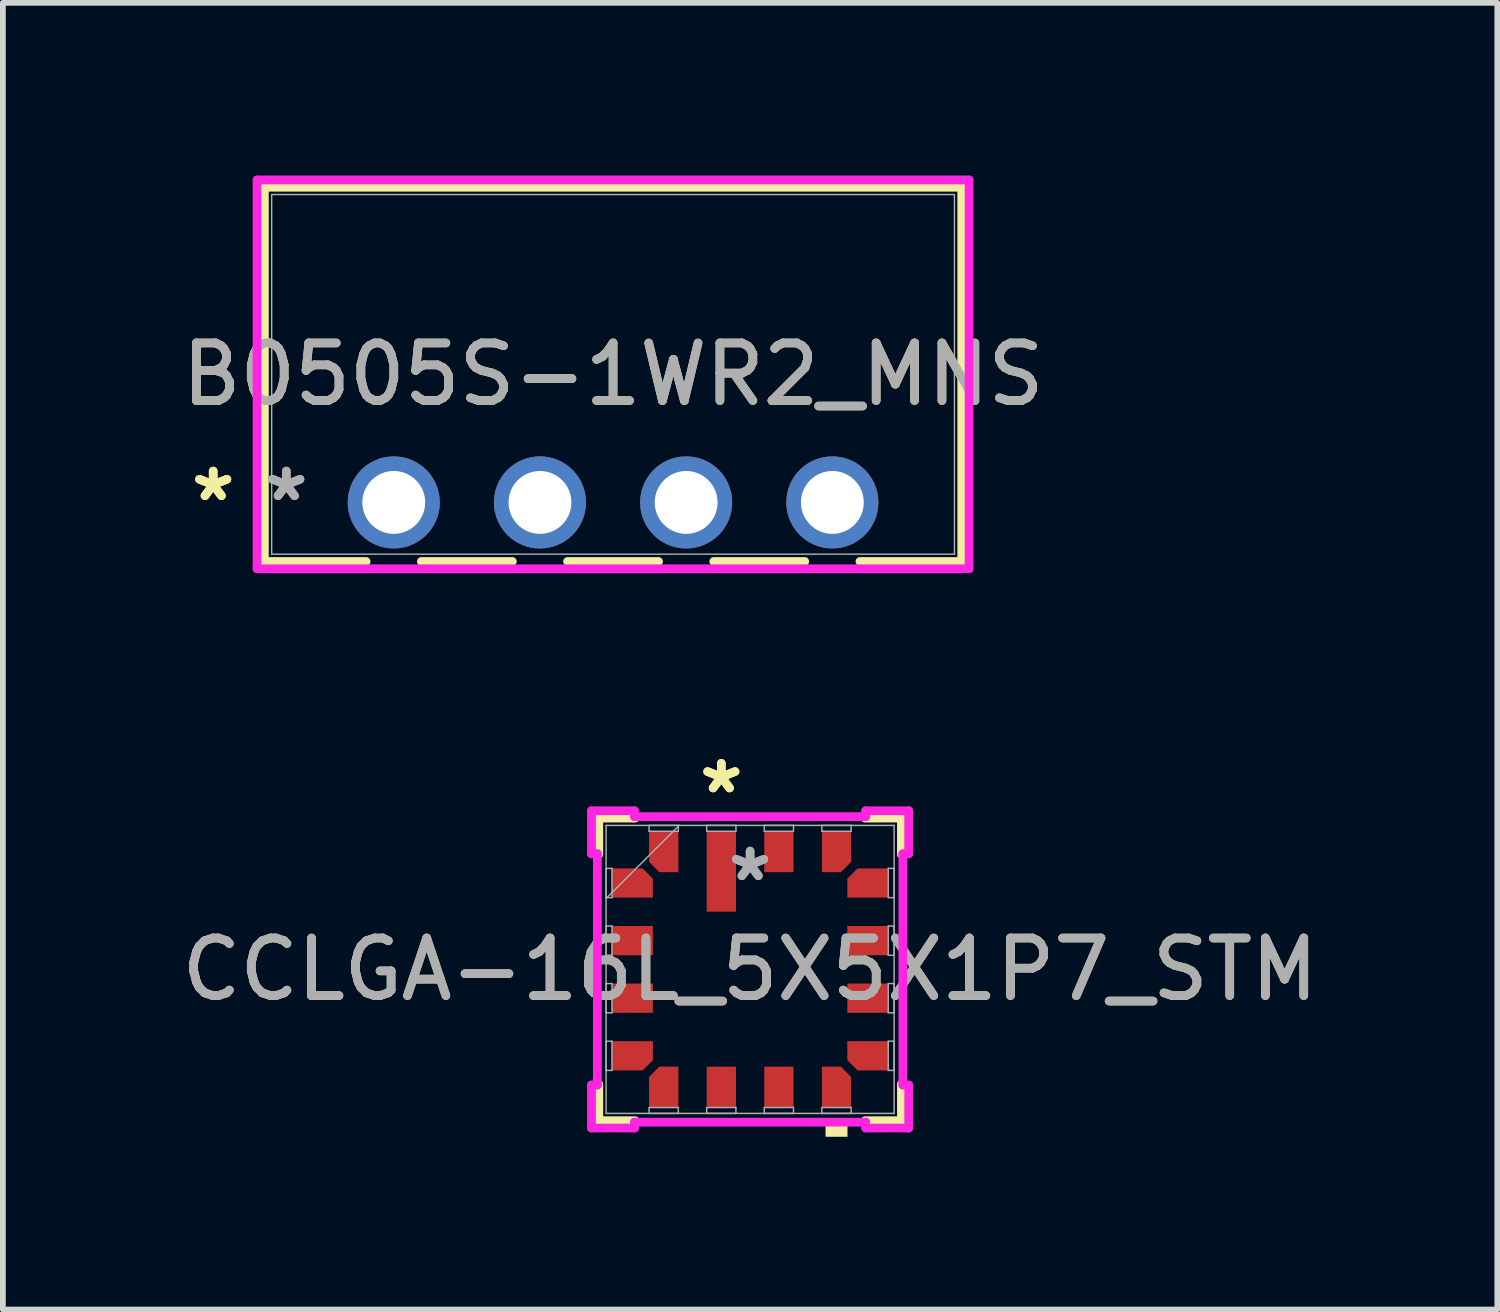
<source format=kicad_pcb>
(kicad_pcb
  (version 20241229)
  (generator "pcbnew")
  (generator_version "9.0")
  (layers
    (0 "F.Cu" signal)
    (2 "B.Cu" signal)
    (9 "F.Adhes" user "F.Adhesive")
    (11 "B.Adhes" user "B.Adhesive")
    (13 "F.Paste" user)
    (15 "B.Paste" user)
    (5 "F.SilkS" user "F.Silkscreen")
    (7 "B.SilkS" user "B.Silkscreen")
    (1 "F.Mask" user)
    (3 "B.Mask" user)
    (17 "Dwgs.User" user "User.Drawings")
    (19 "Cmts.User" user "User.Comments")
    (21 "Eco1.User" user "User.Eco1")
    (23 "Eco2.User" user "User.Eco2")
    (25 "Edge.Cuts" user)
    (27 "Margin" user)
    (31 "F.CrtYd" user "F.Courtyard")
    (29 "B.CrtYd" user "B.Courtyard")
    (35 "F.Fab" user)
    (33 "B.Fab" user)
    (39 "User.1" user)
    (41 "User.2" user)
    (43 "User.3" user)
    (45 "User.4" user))
  (footprint "B0505S-1WR2_MNS"
    (layer "F.Cu")
    (at 3.791 5.679)
    (property "Reference" "B0505S-1WR2_MNS" (at 3.81 -2.225 0) (unlocked yes) (layer "F.SilkS") (effects (font (size 1 1) (thickness 0.15))))
    (attr through_hole)
    (fp_line (start -2.248 -5.476) (end -2.248 1.026) (stroke (width 0.152) (type solid)) (layer "F.SilkS"))
    (fp_line (start -2.248 1.026) (end -0.48 1.026) (stroke (width 0.152) (type solid)) (layer "F.SilkS"))
    (fp_line (start 0.48 1.026) (end 2.06 1.026) (stroke (width 0.152) (type solid)) (layer "F.SilkS"))
    (fp_line (start 3.02 1.026) (end 4.6 1.026) (stroke (width 0.152) (type solid)) (layer "F.SilkS"))
    (fp_line (start 5.56 1.026) (end 7.14 1.026) (stroke (width 0.152) (type solid)) (layer "F.SilkS"))
    (fp_line (start 8.1 1.026) (end 9.868 1.026) (stroke (width 0.152) (type solid)) (layer "F.SilkS"))
    (fp_line (start 9.868 -5.476) (end -2.248 -5.476) (stroke (width 0.152) (type solid)) (layer "F.SilkS"))
    (fp_line (start 9.868 1.026) (end 9.868 -5.476) (stroke (width 0.152) (type solid)) (layer "F.SilkS"))
    (fp_line (start -2.375 -5.603) (end 9.995 -5.603) (stroke (width 0.152) (type solid)) (layer "F.CrtYd"))
    (fp_line (start -2.375 1.153) (end -2.375 -5.603) (stroke (width 0.152) (type solid)) (layer "F.CrtYd"))
    (fp_line (start 9.995 -5.603) (end 9.995 1.153) (stroke (width 0.152) (type solid)) (layer "F.CrtYd"))
    (fp_line (start 9.995 1.153) (end -2.375 1.153) (stroke (width 0.152) (type solid)) (layer "F.CrtYd"))
    (fp_line (start -2.121 -5.349) (end -2.121 0.899) (stroke (width 0.025) (type solid)) (layer "F.Fab"))
    (fp_line (start -2.121 0.899) (end 9.741 0.899) (stroke (width 0.025) (type solid)) (layer "F.Fab"))
    (fp_line (start 9.741 -5.349) (end -2.121 -5.349) (stroke (width 0.025) (type solid)) (layer "F.Fab"))
    (fp_line (start 9.741 0.899) (end 9.741 -5.349) (stroke (width 0.025) (type solid)) (layer "F.Fab"))
    (fp_text user "*" (at -3.137 0 0) (unlocked yes) (layer "F.SilkS") (effects (font (size 1 1) (thickness 0.15))))
    (fp_text user "*" (at -3.137 0 0) (layer "F.SilkS") (effects (font (size 1 1) (thickness 0.15))))
    (fp_text user "*" (at -1.867 0 0) (unlocked yes) (layer "F.Fab") (effects (font (size 1 1) (thickness 0.15))))
    (fp_text user "*" (at -1.867 0 0) (layer "F.Fab") (effects (font (size 1 1) (thickness 0.15))))
    (fp_text user "${REFERENCE}" (at 3.81 -2.225 0) (unlocked yes) (layer "F.Fab") (effects (font (size 1 1) (thickness 0.15))))
    (pad "1" thru_hole circle (at 0 0) (size 1.6 1.6) (drill 1.092) (layers "*.Cu" "*.Mask"))
    (pad "2" thru_hole circle (at 2.54 0) (size 1.6 1.6) (drill 1.092) (layers "*.Cu" "*.Mask"))
    (pad "3" thru_hole circle (at 5.08 0) (size 1.6 1.6) (drill 1.092) (layers "*.Cu" "*.Mask"))
    (pad "4" thru_hole circle (at 7.62 0) (size 1.6 1.6) (drill 1.092) (layers "*.Cu" "*.Mask")))
  (footprint "CCLGA-16L_5X5X1P7_STM"
    (layer "F.Cu")
    (at 9.982 13.792)
    (property "Reference" "CCLGA-16L_5X5X1P7_STM" (at 0 0 0) (unlocked yes) (layer "F.SilkS") (effects (font (size 1 1) (thickness 0.15))))
    (attr smd)
    (fp_poly (pts (xy -2.4 -1.755) (xy -2.4 -1.247) (xy -1.689 -1.247) (xy -1.689 -1.577) (xy -1.867 -1.755)) (stroke (width 0) (type solid)) (fill yes) (layer "F.Cu"))
    (fp_poly (pts (xy -2.4 1.755) (xy -2.4 1.247) (xy -1.689 1.247) (xy -1.689 1.577) (xy -1.867 1.755)) (stroke (width 0) (type solid)) (fill yes) (layer "F.Cu"))
    (fp_poly (pts (xy -1.755 -2.4) (xy -1.755 -1.867) (xy -1.577 -1.689) (xy -1.247 -1.689) (xy -1.247 -2.4)) (stroke (width 0) (type solid)) (fill yes) (layer "F.Cu"))
    (fp_poly (pts (xy -1.755 2.4) (xy -1.755 1.867) (xy -1.577 1.689) (xy -1.247 1.689) (xy -1.247 2.4)) (stroke (width 0) (type solid)) (fill yes) (layer "F.Cu"))
    (fp_poly (pts (xy 1.755 -2.4) (xy 1.755 -1.867) (xy 1.577 -1.689) (xy 1.247 -1.689) (xy 1.247 -2.4)) (stroke (width 0) (type solid)) (fill yes) (layer "F.Cu"))
    (fp_poly (pts (xy 1.755 2.4) (xy 1.755 1.867) (xy 1.577 1.689) (xy 1.247 1.689) (xy 1.247 2.4)) (stroke (width 0) (type solid)) (fill yes) (layer "F.Cu"))
    (fp_poly (pts (xy 2.4 -1.755) (xy 2.4 -1.247) (xy 1.689 -1.247) (xy 1.689 -1.577) (xy 1.867 -1.755)) (stroke (width 0) (type solid)) (fill yes) (layer "F.Cu"))
    (fp_poly (pts (xy 2.4 1.755) (xy 2.4 1.247) (xy 1.689 1.247) (xy 1.689 1.577) (xy 1.867 1.755)) (stroke (width 0) (type solid)) (fill yes) (layer "F.Cu"))
    (fp_poly (pts (xy -2.4 -1.755) (xy -2.4 -1.247) (xy -1.689 -1.247) (xy -1.689 -1.577) (xy -1.867 -1.755)) (stroke (width 0) (type solid)) (fill yes) (layer "F.Mask"))
    (fp_poly (pts (xy -2.4 1.755) (xy -2.4 1.247) (xy -1.689 1.247) (xy -1.689 1.577) (xy -1.867 1.755)) (stroke (width 0) (type solid)) (fill yes) (layer "F.Mask"))
    (fp_poly (pts (xy -1.755 -2.4) (xy -1.755 -1.867) (xy -1.577 -1.689) (xy -1.247 -1.689) (xy -1.247 -2.4)) (stroke (width 0) (type solid)) (fill yes) (layer "F.Mask"))
    (fp_poly (pts (xy -1.755 2.4) (xy -1.755 1.867) (xy -1.577 1.689) (xy -1.247 1.689) (xy -1.247 2.4)) (stroke (width 0) (type solid)) (fill yes) (layer "F.Mask"))
    (fp_poly (pts (xy 1.755 -2.4) (xy 1.755 -1.867) (xy 1.577 -1.689) (xy 1.247 -1.689) (xy 1.247 -2.4)) (stroke (width 0) (type solid)) (fill yes) (layer "F.Mask"))
    (fp_poly (pts (xy 1.755 2.4) (xy 1.755 1.867) (xy 1.577 1.689) (xy 1.247 1.689) (xy 1.247 2.4)) (stroke (width 0) (type solid)) (fill yes) (layer "F.Mask"))
    (fp_poly (pts (xy 2.4 -1.755) (xy 2.4 -1.247) (xy 1.689 -1.247) (xy 1.689 -1.577) (xy 1.867 -1.755)) (stroke (width 0) (type solid)) (fill yes) (layer "F.Mask"))
    (fp_poly (pts (xy 2.4 1.755) (xy 2.4 1.247) (xy 1.689 1.247) (xy 1.689 1.577) (xy 1.867 1.755)) (stroke (width 0) (type solid)) (fill yes) (layer "F.Mask"))
    (fp_line (start -2.629 -2.629) (end -2.629 -1.997) (stroke (width 0.152) (type solid)) (layer "F.SilkS"))
    (fp_line (start -2.629 1.997) (end -2.629 2.629) (stroke (width 0.152) (type solid)) (layer "F.SilkS"))
    (fp_line (start -2.629 2.629) (end -1.997 2.629) (stroke (width 0.152) (type solid)) (layer "F.SilkS"))
    (fp_line (start -1.997 -2.629) (end -2.629 -2.629) (stroke (width 0.152) (type solid)) (layer "F.SilkS"))
    (fp_line (start 1.997 2.629) (end 2.629 2.629) (stroke (width 0.152) (type solid)) (layer "F.SilkS"))
    (fp_line (start 2.629 -2.629) (end 1.997 -2.629) (stroke (width 0.152) (type solid)) (layer "F.SilkS"))
    (fp_line (start 2.629 -1.997) (end 2.629 -2.629) (stroke (width 0.152) (type solid)) (layer "F.SilkS"))
    (fp_line (start 2.629 2.629) (end 2.629 1.997) (stroke (width 0.152) (type solid)) (layer "F.SilkS"))
    (fp_poly (pts (xy 1.311 2.654) (xy 1.311 2.908) (xy 1.692 2.908) (xy 1.692 2.654)) (stroke (width 0) (type solid)) (fill yes) (layer "F.SilkS"))
    (fp_poly (pts (xy -2.4 -1.755) (xy -2.4 -1.247) (xy -1.689 -1.247) (xy -1.689 -1.577) (xy -1.867 -1.755)) (stroke (width 0) (type solid)) (fill yes) (layer "F.Paste"))
    (fp_poly (pts (xy -2.4 1.755) (xy -2.4 1.247) (xy -1.689 1.247) (xy -1.689 1.577) (xy -1.867 1.755)) (stroke (width 0) (type solid)) (fill yes) (layer "F.Paste"))
    (fp_poly (pts (xy -1.755 -2.4) (xy -1.755 -1.867) (xy -1.577 -1.689) (xy -1.247 -1.689) (xy -1.247 -2.4)) (stroke (width 0) (type solid)) (fill yes) (layer "F.Paste"))
    (fp_poly (pts (xy -1.755 2.4) (xy -1.755 1.867) (xy -1.577 1.689) (xy -1.247 1.689) (xy -1.247 2.4)) (stroke (width 0) (type solid)) (fill yes) (layer "F.Paste"))
    (fp_poly (pts (xy 1.755 -2.4) (xy 1.755 -1.867) (xy 1.577 -1.689) (xy 1.247 -1.689) (xy 1.247 -2.4)) (stroke (width 0) (type solid)) (fill yes) (layer "F.Paste"))
    (fp_poly (pts (xy 1.755 2.4) (xy 1.755 1.867) (xy 1.577 1.689) (xy 1.247 1.689) (xy 1.247 2.4)) (stroke (width 0) (type solid)) (fill yes) (layer "F.Paste"))
    (fp_poly (pts (xy 2.4 -1.755) (xy 2.4 -1.247) (xy 1.689 -1.247) (xy 1.689 -1.577) (xy 1.867 -1.755)) (stroke (width 0) (type solid)) (fill yes) (layer "F.Paste"))
    (fp_poly (pts (xy 2.4 1.755) (xy 2.4 1.247) (xy 1.689 1.247) (xy 1.689 1.577) (xy 1.867 1.755)) (stroke (width 0) (type solid)) (fill yes) (layer "F.Paste"))
    (fp_line (start -2.756 -2.756) (end -2.009 -2.756) (stroke (width 0.152) (type solid)) (layer "F.CrtYd"))
    (fp_line (start -2.756 -2.009) (end -2.756 -2.756) (stroke (width 0.152) (type solid)) (layer "F.CrtYd"))
    (fp_line (start -2.756 2.756) (end -2.756 2.009) (stroke (width 0.152) (type solid)) (layer "F.CrtYd"))
    (fp_line (start -2.654 -2.009) (end -2.756 -2.009) (stroke (width 0.152) (type solid)) (layer "F.CrtYd"))
    (fp_line (start -2.654 2.009) (end -2.756 2.009) (stroke (width 0.152) (type solid)) (layer "F.CrtYd"))
    (fp_line (start -2.654 2.009) (end -2.654 -2.009) (stroke (width 0.152) (type solid)) (layer "F.CrtYd"))
    (fp_line (start -2.009 -2.756) (end -2.009 -2.654) (stroke (width 0.152) (type solid)) (layer "F.CrtYd"))
    (fp_line (start -2.009 -2.654) (end 2.009 -2.654) (stroke (width 0.152) (type solid)) (layer "F.CrtYd"))
    (fp_line (start -2.009 2.654) (end -2.009 2.756) (stroke (width 0.152) (type solid)) (layer "F.CrtYd"))
    (fp_line (start -2.009 2.756) (end -2.756 2.756) (stroke (width 0.152) (type solid)) (layer "F.CrtYd"))
    (fp_line (start 2.009 -2.756) (end 2.756 -2.756) (stroke (width 0.152) (type solid)) (layer "F.CrtYd"))
    (fp_line (start 2.009 -2.654) (end 2.009 -2.756) (stroke (width 0.152) (type solid)) (layer "F.CrtYd"))
    (fp_line (start 2.009 2.654) (end -2.009 2.654) (stroke (width 0.152) (type solid)) (layer "F.CrtYd"))
    (fp_line (start 2.009 2.756) (end 2.009 2.654) (stroke (width 0.152) (type solid)) (layer "F.CrtYd"))
    (fp_line (start 2.654 -2.009) (end 2.654 2.009) (stroke (width 0.152) (type solid)) (layer "F.CrtYd"))
    (fp_line (start 2.654 2.009) (end 2.756 2.009) (stroke (width 0.152) (type solid)) (layer "F.CrtYd"))
    (fp_line (start 2.756 -2.756) (end 2.756 -2.009) (stroke (width 0.152) (type solid)) (layer "F.CrtYd"))
    (fp_line (start 2.756 -2.009) (end 2.654 -2.009) (stroke (width 0.152) (type solid)) (layer "F.CrtYd"))
    (fp_line (start 2.756 2.009) (end 2.756 2.756) (stroke (width 0.152) (type solid)) (layer "F.CrtYd"))
    (fp_line (start 2.756 2.756) (end 2.009 2.756) (stroke (width 0.152) (type solid)) (layer "F.CrtYd"))
    (fp_line (start -2.502 -2.502) (end -2.502 2.502) (stroke (width 0.025) (type solid)) (layer "F.Fab"))
    (fp_line (start -2.502 -1.755) (end -2.4 -1.755) (stroke (width 0.025) (type solid)) (layer "F.Fab"))
    (fp_line (start -2.502 -1.247) (end -2.502 -1.755) (stroke (width 0.025) (type solid)) (layer "F.Fab"))
    (fp_line (start -2.502 -1.232) (end -1.232 -2.502) (stroke (width 0.025) (type solid)) (layer "F.Fab"))
    (fp_line (start -2.502 -0.754) (end -2.4 -0.754) (stroke (width 0.025) (type solid)) (layer "F.Fab"))
    (fp_line (start -2.502 -0.246) (end -2.502 -0.754) (stroke (width 0.025) (type solid)) (layer "F.Fab"))
    (fp_line (start -2.502 0.246) (end -2.4 0.246) (stroke (width 0.025) (type solid)) (layer "F.Fab"))
    (fp_line (start -2.502 0.754) (end -2.502 0.246) (stroke (width 0.025) (type solid)) (layer "F.Fab"))
    (fp_line (start -2.502 1.247) (end -2.4 1.247) (stroke (width 0.025) (type solid)) (layer "F.Fab"))
    (fp_line (start -2.502 1.755) (end -2.502 1.247) (stroke (width 0.025) (type solid)) (layer "F.Fab"))
    (fp_line (start -2.502 2.502) (end 2.502 2.502) (stroke (width 0.025) (type solid)) (layer "F.Fab"))
    (fp_line (start -2.4 -1.755) (end -2.4 -1.247) (stroke (width 0.025) (type solid)) (layer "F.Fab"))
    (fp_line (start -2.4 -1.247) (end -2.502 -1.247) (stroke (width 0.025) (type solid)) (layer "F.Fab"))
    (fp_line (start -2.4 -0.754) (end -2.4 -0.246) (stroke (width 0.025) (type solid)) (layer "F.Fab"))
    (fp_line (start -2.4 -0.246) (end -2.502 -0.246) (stroke (width 0.025) (type solid)) (layer "F.Fab"))
    (fp_line (start -2.4 0.246) (end -2.4 0.754) (stroke (width 0.025) (type solid)) (layer "F.Fab"))
    (fp_line (start -2.4 0.754) (end -2.502 0.754) (stroke (width 0.025) (type solid)) (layer "F.Fab"))
    (fp_line (start -2.4 1.247) (end -2.4 1.755) (stroke (width 0.025) (type solid)) (layer "F.Fab"))
    (fp_line (start -2.4 1.755) (end -2.502 1.755) (stroke (width 0.025) (type solid)) (layer "F.Fab"))
    (fp_line (start -1.755 -2.502) (end -1.247 -2.502) (stroke (width 0.025) (type solid)) (layer "F.Fab"))
    (fp_line (start -1.755 -2.4) (end -1.755 -2.502) (stroke (width 0.025) (type solid)) (layer "F.Fab"))
    (fp_line (start -1.755 2.4) (end -1.247 2.4) (stroke (width 0.025) (type solid)) (layer "F.Fab"))
    (fp_line (start -1.755 2.502) (end -1.755 2.4) (stroke (width 0.025) (type solid)) (layer "F.Fab"))
    (fp_line (start -1.247 -2.502) (end -1.247 -2.4) (stroke (width 0.025) (type solid)) (layer "F.Fab"))
    (fp_line (start -1.247 -2.4) (end -1.755 -2.4) (stroke (width 0.025) (type solid)) (layer "F.Fab"))
    (fp_line (start -1.247 2.4) (end -1.247 2.502) (stroke (width 0.025) (type solid)) (layer "F.Fab"))
    (fp_line (start -1.247 2.502) (end -1.755 2.502) (stroke (width 0.025) (type solid)) (layer "F.Fab"))
    (fp_line (start -0.754 -2.502) (end -0.246 -2.502) (stroke (width 0.025) (type solid)) (layer "F.Fab"))
    (fp_line (start -0.754 -2.4) (end -0.754 -2.502) (stroke (width 0.025) (type solid)) (layer "F.Fab"))
    (fp_line (start -0.754 2.4) (end -0.246 2.4) (stroke (width 0.025) (type solid)) (layer "F.Fab"))
    (fp_line (start -0.754 2.502) (end -0.754 2.4) (stroke (width 0.025) (type solid)) (layer "F.Fab"))
    (fp_line (start -0.246 -2.502) (end -0.246 -2.4) (stroke (width 0.025) (type solid)) (layer "F.Fab"))
    (fp_line (start -0.246 -2.4) (end -0.754 -2.4) (stroke (width 0.025) (type solid)) (layer "F.Fab"))
    (fp_line (start -0.246 2.4) (end -0.246 2.502) (stroke (width 0.025) (type solid)) (layer "F.Fab"))
    (fp_line (start -0.246 2.502) (end -0.754 2.502) (stroke (width 0.025) (type solid)) (layer "F.Fab"))
    (fp_line (start 0.246 -2.502) (end 0.754 -2.502) (stroke (width 0.025) (type solid)) (layer "F.Fab"))
    (fp_line (start 0.246 -2.4) (end 0.246 -2.502) (stroke (width 0.025) (type solid)) (layer "F.Fab"))
    (fp_line (start 0.246 2.4) (end 0.754 2.4) (stroke (width 0.025) (type solid)) (layer "F.Fab"))
    (fp_line (start 0.246 2.502) (end 0.246 2.4) (stroke (width 0.025) (type solid)) (layer "F.Fab"))
    (fp_line (start 0.754 -2.502) (end 0.754 -2.4) (stroke (width 0.025) (type solid)) (layer "F.Fab"))
    (fp_line (start 0.754 -2.4) (end 0.246 -2.4) (stroke (width 0.025) (type solid)) (layer "F.Fab"))
    (fp_line (start 0.754 2.4) (end 0.754 2.502) (stroke (width 0.025) (type solid)) (layer "F.Fab"))
    (fp_line (start 0.754 2.502) (end 0.246 2.502) (stroke (width 0.025) (type solid)) (layer "F.Fab"))
    (fp_line (start 1.247 -2.502) (end 1.755 -2.502) (stroke (width 0.025) (type solid)) (layer "F.Fab"))
    (fp_line (start 1.247 -2.4) (end 1.247 -2.502) (stroke (width 0.025) (type solid)) (layer "F.Fab"))
    (fp_line (start 1.247 2.4) (end 1.755 2.4) (stroke (width 0.025) (type solid)) (layer "F.Fab"))
    (fp_line (start 1.247 2.502) (end 1.247 2.4) (stroke (width 0.025) (type solid)) (layer "F.Fab"))
    (fp_line (start 1.755 -2.502) (end 1.755 -2.4) (stroke (width 0.025) (type solid)) (layer "F.Fab"))
    (fp_line (start 1.755 -2.4) (end 1.247 -2.4) (stroke (width 0.025) (type solid)) (layer "F.Fab"))
    (fp_line (start 1.755 2.4) (end 1.755 2.502) (stroke (width 0.025) (type solid)) (layer "F.Fab"))
    (fp_line (start 1.755 2.502) (end 1.247 2.502) (stroke (width 0.025) (type solid)) (layer "F.Fab"))
    (fp_line (start 2.4 -1.755) (end 2.502 -1.755) (stroke (width 0.025) (type solid)) (layer "F.Fab"))
    (fp_line (start 2.4 -1.247) (end 2.4 -1.755) (stroke (width 0.025) (type solid)) (layer "F.Fab"))
    (fp_line (start 2.4 -0.754) (end 2.502 -0.754) (stroke (width 0.025) (type solid)) (layer "F.Fab"))
    (fp_line (start 2.4 -0.246) (end 2.4 -0.754) (stroke (width 0.025) (type solid)) (layer "F.Fab"))
    (fp_line (start 2.4 0.246) (end 2.502 0.246) (stroke (width 0.025) (type solid)) (layer "F.Fab"))
    (fp_line (start 2.4 0.754) (end 2.4 0.246) (stroke (width 0.025) (type solid)) (layer "F.Fab"))
    (fp_line (start 2.4 1.247) (end 2.502 1.247) (stroke (width 0.025) (type solid)) (layer "F.Fab"))
    (fp_line (start 2.4 1.755) (end 2.4 1.247) (stroke (width 0.025) (type solid)) (layer "F.Fab"))
    (fp_line (start 2.502 -2.502) (end -2.502 -2.502) (stroke (width 0.025) (type solid)) (layer "F.Fab"))
    (fp_line (start 2.502 -1.755) (end 2.502 -1.247) (stroke (width 0.025) (type solid)) (layer "F.Fab"))
    (fp_line (start 2.502 -1.247) (end 2.4 -1.247) (stroke (width 0.025) (type solid)) (layer "F.Fab"))
    (fp_line (start 2.502 -0.754) (end 2.502 -0.246) (stroke (width 0.025) (type solid)) (layer "F.Fab"))
    (fp_line (start 2.502 -0.246) (end 2.4 -0.246) (stroke (width 0.025) (type solid)) (layer "F.Fab"))
    (fp_line (start 2.502 0.246) (end 2.502 0.754) (stroke (width 0.025) (type solid)) (layer "F.Fab"))
    (fp_line (start 2.502 0.754) (end 2.4 0.754) (stroke (width 0.025) (type solid)) (layer "F.Fab"))
    (fp_line (start 2.502 1.247) (end 2.502 1.755) (stroke (width 0.025) (type solid)) (layer "F.Fab"))
    (fp_line (start 2.502 1.755) (end 2.4 1.755) (stroke (width 0.025) (type solid)) (layer "F.Fab"))
    (fp_line (start 2.502 2.502) (end 2.502 -2.502) (stroke (width 0.025) (type solid)) (layer "F.Fab"))
    (fp_text user "*" (at -0.5 -3.035 0) (layer "F.SilkS") (effects (font (size 1 1) (thickness 0.15))))
    (fp_text user "*" (at -0.5 -3.035 0) (unlocked yes) (layer "F.SilkS") (effects (font (size 1 1) (thickness 0.15))))
    (fp_text user "*" (at 0 -1.511 0) (unlocked yes) (layer "F.Fab") (effects (font (size 1 1) (thickness 0.15))))
    (fp_text user "*" (at 0 -1.511 0) (layer "F.Fab") (effects (font (size 1 1) (thickness 0.15))))
    (fp_text user "${REFERENCE}" (at 0 0 0) (unlocked yes) (layer "F.Fab") (effects (font (size 1 1) (thickness 0.15))))
    (pad "1" smd rect (at -0.5 -1.702) (size 0.508 1.397) (layers "F.Cu" "F.Mask" "F.Paste"))
    (pad "2" smd rect (at -1.501 -2.045) (size 0.051 0.051) (layers "F.Cu" "F.Mask" "F.Paste"))
    (pad "3" smd rect (at -2.045 -1.501 90) (size 0.051 0.051) (layers "F.Cu" "F.Mask" "F.Paste"))
    (pad "4" smd rect (at -2.045 -0.5 90) (size 0.508 0.711) (layers "F.Cu" "F.Mask" "F.Paste"))
    (pad "5" smd rect (at -2.045 0.5 90) (size 0.508 0.711) (layers "F.Cu" "F.Mask" "F.Paste"))
    (pad "6" smd rect (at -2.045 1.501 90) (size 0.051 0.051) (layers "F.Cu" "F.Mask" "F.Paste"))
    (pad "7" smd rect (at -1.501 2.045) (size 0.051 0.051) (layers "F.Cu" "F.Mask" "F.Paste"))
    (pad "8" smd rect (at -0.5 2.045) (size 0.508 0.711) (layers "F.Cu" "F.Mask" "F.Paste"))
    (pad "9" smd rect (at 0.5 2.045) (size 0.508 0.711) (layers "F.Cu" "F.Mask" "F.Paste"))
    (pad "10" smd rect (at 1.501 2.045) (size 0.051 0.051) (layers "F.Cu" "F.Mask" "F.Paste"))
    (pad "11" smd rect (at 2.045 1.501 90) (size 0.051 0.051) (layers "F.Cu" "F.Mask" "F.Paste"))
    (pad "12" smd rect (at 2.045 0.5 90) (size 0.508 0.711) (layers "F.Cu" "F.Mask" "F.Paste"))
    (pad "13" smd rect (at 2.045 -0.5 90) (size 0.508 0.711) (layers "F.Cu" "F.Mask" "F.Paste"))
    (pad "14" smd rect (at 2.045 -1.501 90) (size 0.051 0.051) (layers "F.Cu" "F.Mask" "F.Paste"))
    (pad "15" smd rect (at 1.501 -2.045) (size 0.051 0.051) (layers "F.Cu" "F.Mask" "F.Paste"))
    (pad "16" smd rect (at 0.5 -2.045) (size 0.508 0.711) (layers "F.Cu" "F.Mask" "F.Paste")))
  (gr_rect
    (start -3 -3)
    (end 22.964 19.701)
    (stroke (width 0.1) (type default))
    (fill no)
    (layer "Edge.Cuts")))
</source>
